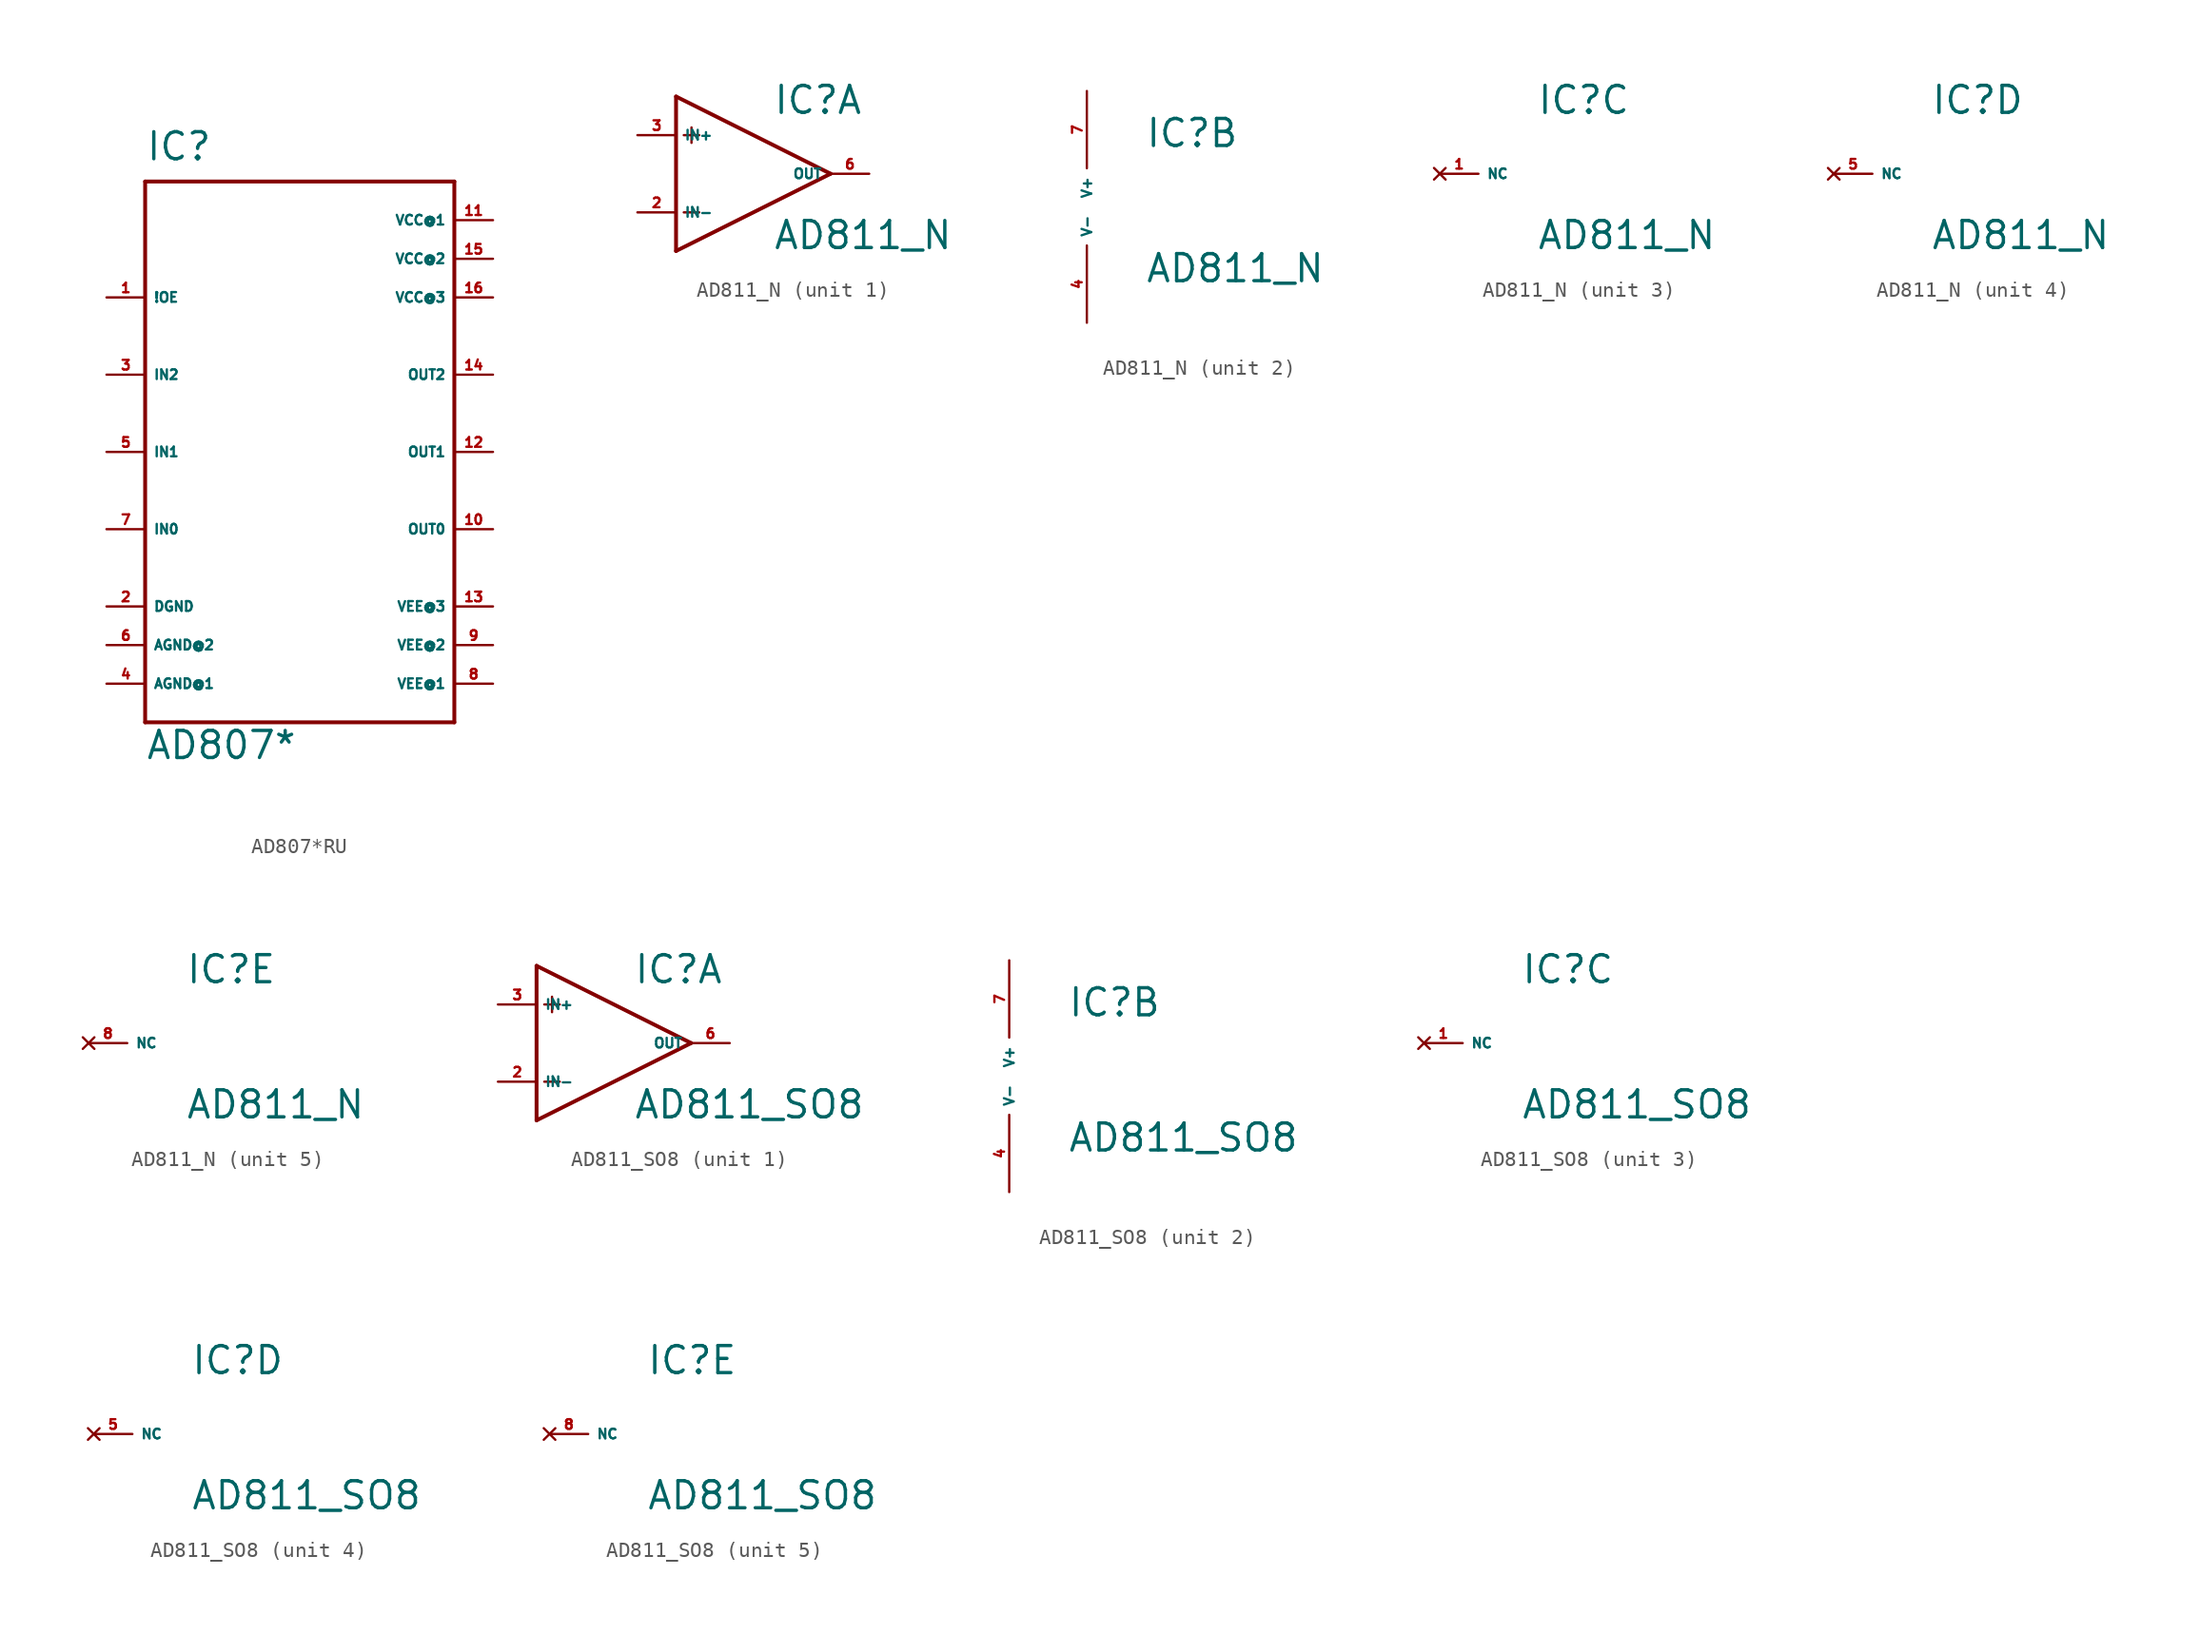
<source format=kicad_sym>
(kicad_symbol_lib
  (version 20220914)
  (generator Eagle2Kicad)
  (symbol "AD807*RU"
    (property "Reference" "IC"
      (at -10.16 19.05 0)
      (effects (font (size 1.778 1.778) (thickness 0.22)) (justify left bottom)))
    (property "Value" "AD807*"
      (at -10.16 -20.32 0)
      (effects (font (size 1.778 1.778) (thickness 0.22)) (justify left bottom)))
    (polyline
      (pts (xy -10.16 17.78) (xy 10.16 17.78))
      (stroke (width 0.254) (type default))
      (fill (type none)))
    (polyline
      (pts (xy 10.16 17.78) (xy 10.16 -17.78))
      (stroke (width 0.254) (type default))
      (fill (type none)))
    (polyline
      (pts (xy 10.16 -17.78) (xy -10.16 -17.78))
      (stroke (width 0.254) (type default))
      (fill (type none)))
    (polyline
      (pts (xy -10.16 -17.78) (xy -10.16 17.78))
      (stroke (width 0.254) (type default))
      (fill (type none)))
    (pin input line
      (at -12.7 10.16 0)
      (length 2.54)
      (name "!OE" (effects (font (size 0.635 0.635) (thickness 0.08)) (justify left bottom)))
      (number "1" (effects (font (size 0.635 0.635) (thickness 0.08)) (justify left bottom))))
    (pin input line
      (at -12.7 -5.08 0)
      (length 2.54)
      (name "IN0" (effects (font (size 0.635 0.635) (thickness 0.08)) (justify left bottom)))
      (number "7" (effects (font (size 0.635 0.635) (thickness 0.08)) (justify left bottom))))
    (pin input line
      (at -12.7 0 0)
      (length 2.54)
      (name "IN1" (effects (font (size 0.635 0.635) (thickness 0.08)) (justify left bottom)))
      (number "5" (effects (font (size 0.635 0.635) (thickness 0.08)) (justify left bottom))))
    (pin input line
      (at -12.7 5.08 0)
      (length 2.54)
      (name "IN2" (effects (font (size 0.635 0.635) (thickness 0.08)) (justify left bottom)))
      (number "3" (effects (font (size 0.635 0.635) (thickness 0.08)) (justify left bottom))))
    (pin tri_state line
      (at 12.7 -5.08 180)
      (length 2.54)
      (name "OUT0" (effects (font (size 0.635 0.635) (thickness 0.08)) (justify left bottom)))
      (number "10" (effects (font (size 0.635 0.635) (thickness 0.08)) (justify left bottom))))
    (pin tri_state line
      (at 12.7 0 180)
      (length 2.54)
      (name "OUT1" (effects (font (size 0.635 0.635) (thickness 0.08)) (justify left bottom)))
      (number "12" (effects (font (size 0.635 0.635) (thickness 0.08)) (justify left bottom))))
    (pin tri_state line
      (at 12.7 5.08 180)
      (length 2.54)
      (name "OUT2" (effects (font (size 0.635 0.635) (thickness 0.08)) (justify left bottom)))
      (number "14" (effects (font (size 0.635 0.635) (thickness 0.08)) (justify left bottom))))
    (pin input line
      (at 12.7 -15.24 180)
      (length 2.54)
      (name "VEE@1" (effects (font (size 0.635 0.635) (thickness 0.08)) (justify left bottom)))
      (number "8" (effects (font (size 0.635 0.635) (thickness 0.08)) (justify left bottom))))
    (pin input line
      (at 12.7 -12.7 180)
      (length 2.54)
      (name "VEE@2" (effects (font (size 0.635 0.635) (thickness 0.08)) (justify left bottom)))
      (number "9" (effects (font (size 0.635 0.635) (thickness 0.08)) (justify left bottom))))
    (pin input line
      (at 12.7 15.24 180)
      (length 2.54)
      (name "VCC@1" (effects (font (size 0.635 0.635) (thickness 0.08)) (justify left bottom)))
      (number "11" (effects (font (size 0.635 0.635) (thickness 0.08)) (justify left bottom))))
    (pin input line
      (at 12.7 12.7 180)
      (length 2.54)
      (name "VCC@2" (effects (font (size 0.635 0.635) (thickness 0.08)) (justify left bottom)))
      (number "15" (effects (font (size 0.635 0.635) (thickness 0.08)) (justify left bottom))))
    (pin input line
      (at -12.7 -15.24 0)
      (length 2.54)
      (name "AGND@1" (effects (font (size 0.635 0.635) (thickness 0.08)) (justify left bottom)))
      (number "4" (effects (font (size 0.635 0.635) (thickness 0.08)) (justify left bottom))))
    (pin input line
      (at -12.7 -12.7 0)
      (length 2.54)
      (name "AGND@2" (effects (font (size 0.635 0.635) (thickness 0.08)) (justify left bottom)))
      (number "6" (effects (font (size 0.635 0.635) (thickness 0.08)) (justify left bottom))))
    (pin input line
      (at 12.7 -10.16 180)
      (length 2.54)
      (name "VEE@3" (effects (font (size 0.635 0.635) (thickness 0.08)) (justify left bottom)))
      (number "13" (effects (font (size 0.635 0.635) (thickness 0.08)) (justify left bottom))))
    (pin input line
      (at 12.7 10.16 180)
      (length 2.54)
      (name "VCC@3" (effects (font (size 0.635 0.635) (thickness 0.08)) (justify left bottom)))
      (number "16" (effects (font (size 0.635 0.635) (thickness 0.08)) (justify left bottom))))
    (pin input line
      (at -12.7 -10.16 0)
      (length 2.54)
      (name "DGND" (effects (font (size 0.635 0.635) (thickness 0.08)) (justify left bottom)))
      (number "2" (effects (font (size 0.635 0.635) (thickness 0.08)) (justify left bottom)))))
  (symbol "AD811_N"
    (property "Reference" "IC"
      (at 3.81 3.81 0)
      (effects (font (size 1.778 1.778) (thickness 0.22)) (justify left bottom)))
    (property "Value" "AD811_N"
      (at 3.81 -5.08 0)
      (effects (font (size 1.778 1.778) (thickness 0.22)) (justify left bottom)))
    (symbol "AD811_N_1_0"
      (polyline (pts (xy -2.54 5.08) (xy -2.54 -5.08)) (stroke (width 0.254) (type default)) (fill (type none)))
      (polyline (pts (xy -2.54 -5.08) (xy 7.62 0)) (stroke (width 0.254) (type default)) (fill (type none)))
      (polyline (pts (xy 7.62 0) (xy -2.54 5.08)) (stroke (width 0.254) (type default)) (fill (type none)))
      (polyline (pts (xy -2.032 2.54) (xy -1.016 2.54)) (stroke (width 0.152) (type default)) (fill (type none)))
      (polyline (pts (xy -1.524 3.048) (xy -1.524 2.032)) (stroke (width 0.152) (type default)) (fill (type none)))
      (polyline (pts (xy -2.032 -2.54) (xy -1.016 -2.54)) (stroke (width 0.152) (type default)) (fill (type none)))
      (pin input line (at -5.08 2.54 0) (length 2.54) (name "IN+" (effects (font (size 0.635 0.635) (thickness 0.08)) (justify left bottom))) (number "3" (effects (font (size 0.635 0.635) (thickness 0.08)) (justify left bottom))))
      (pin input line (at -5.08 -2.54 0) (length 2.54) (name "IN-" (effects (font (size 0.635 0.635) (thickness 0.08)) (justify left bottom))) (number "2" (effects (font (size 0.635 0.635) (thickness 0.08)) (justify left bottom))))
      (pin output line (at 10.16 0 180) (length 2.54) (name "OUT" (effects (font (size 0.635 0.635) (thickness 0.08)) (justify left bottom))) (number "6" (effects (font (size 0.635 0.635) (thickness 0.08)) (justify left bottom)))))
    (symbol "AD811_N_2_0"
      (pin unspecified line (at 0 7.62 270) (length 5.08) (name "V+" (effects (font (size 0.635 0.635) (thickness 0.08)) (justify left bottom))) (number "7" (effects (font (size 0.635 0.635) (thickness 0.08)) (justify left bottom))))
      (pin unspecified line (at 0 -7.62 90) (length 5.08) (name "V-" (effects (font (size 0.635 0.635) (thickness 0.08)) (justify left bottom))) (number "4" (effects (font (size 0.635 0.635) (thickness 0.08)) (justify left bottom)))))
    (symbol "AD811_N_3_0"
      (pin no_connect line (at -2.54 0 0) (length 2.54) (name "NC" (effects (font (size 0.635 0.635) (thickness 0.08)) (justify left bottom) hide)) (number "1" (effects (font (size 0.635 0.635) (thickness 0.08)) (justify left bottom) hide))))
    (symbol "AD811_N_4_0"
      (pin no_connect line (at -2.54 0 0) (length 2.54) (name "NC" (effects (font (size 0.635 0.635) (thickness 0.08)) (justify left bottom) hide)) (number "5" (effects (font (size 0.635 0.635) (thickness 0.08)) (justify left bottom) hide))))
    (symbol "AD811_N_5_0"
      (pin no_connect line (at -2.54 0 0) (length 2.54) (name "NC" (effects (font (size 0.635 0.635) (thickness 0.08)) (justify left bottom) hide)) (number "8" (effects (font (size 0.635 0.635) (thickness 0.08)) (justify left bottom) hide)))))
  (symbol "AD811_SO8"
    (property "Reference" "IC"
      (at 3.81 3.81 0)
      (effects (font (size 1.778 1.778) (thickness 0.22)) (justify left bottom)))
    (property "Value" "AD811_SO8"
      (at 3.81 -5.08 0)
      (effects (font (size 1.778 1.778) (thickness 0.22)) (justify left bottom)))
    (symbol "AD811_SO8_1_0"
      (polyline (pts (xy -2.54 5.08) (xy -2.54 -5.08)) (stroke (width 0.254) (type default)) (fill (type none)))
      (polyline (pts (xy -2.54 -5.08) (xy 7.62 0)) (stroke (width 0.254) (type default)) (fill (type none)))
      (polyline (pts (xy 7.62 0) (xy -2.54 5.08)) (stroke (width 0.254) (type default)) (fill (type none)))
      (polyline (pts (xy -2.032 2.54) (xy -1.016 2.54)) (stroke (width 0.152) (type default)) (fill (type none)))
      (polyline (pts (xy -1.524 3.048) (xy -1.524 2.032)) (stroke (width 0.152) (type default)) (fill (type none)))
      (polyline (pts (xy -2.032 -2.54) (xy -1.016 -2.54)) (stroke (width 0.152) (type default)) (fill (type none)))
      (pin input line (at -5.08 2.54 0) (length 2.54) (name "IN+" (effects (font (size 0.635 0.635) (thickness 0.08)) (justify left bottom))) (number "3" (effects (font (size 0.635 0.635) (thickness 0.08)) (justify left bottom))))
      (pin input line (at -5.08 -2.54 0) (length 2.54) (name "IN-" (effects (font (size 0.635 0.635) (thickness 0.08)) (justify left bottom))) (number "2" (effects (font (size 0.635 0.635) (thickness 0.08)) (justify left bottom))))
      (pin output line (at 10.16 0 180) (length 2.54) (name "OUT" (effects (font (size 0.635 0.635) (thickness 0.08)) (justify left bottom))) (number "6" (effects (font (size 0.635 0.635) (thickness 0.08)) (justify left bottom)))))
    (symbol "AD811_SO8_2_0"
      (pin unspecified line (at 0 7.62 270) (length 5.08) (name "V+" (effects (font (size 0.635 0.635) (thickness 0.08)) (justify left bottom))) (number "7" (effects (font (size 0.635 0.635) (thickness 0.08)) (justify left bottom))))
      (pin unspecified line (at 0 -7.62 90) (length 5.08) (name "V-" (effects (font (size 0.635 0.635) (thickness 0.08)) (justify left bottom))) (number "4" (effects (font (size 0.635 0.635) (thickness 0.08)) (justify left bottom)))))
    (symbol "AD811_SO8_3_0"
      (pin no_connect line (at -2.54 0 0) (length 2.54) (name "NC" (effects (font (size 0.635 0.635) (thickness 0.08)) (justify left bottom) hide)) (number "1" (effects (font (size 0.635 0.635) (thickness 0.08)) (justify left bottom) hide))))
    (symbol "AD811_SO8_4_0"
      (pin no_connect line (at -2.54 0 0) (length 2.54) (name "NC" (effects (font (size 0.635 0.635) (thickness 0.08)) (justify left bottom) hide)) (number "5" (effects (font (size 0.635 0.635) (thickness 0.08)) (justify left bottom) hide))))
    (symbol "AD811_SO8_5_0"
      (pin no_connect line (at -2.54 0 0) (length 2.54) (name "NC" (effects (font (size 0.635 0.635) (thickness 0.08)) (justify left bottom) hide)) (number "8" (effects (font (size 0.635 0.635) (thickness 0.08)) (justify left bottom) hide))))))
</source>
